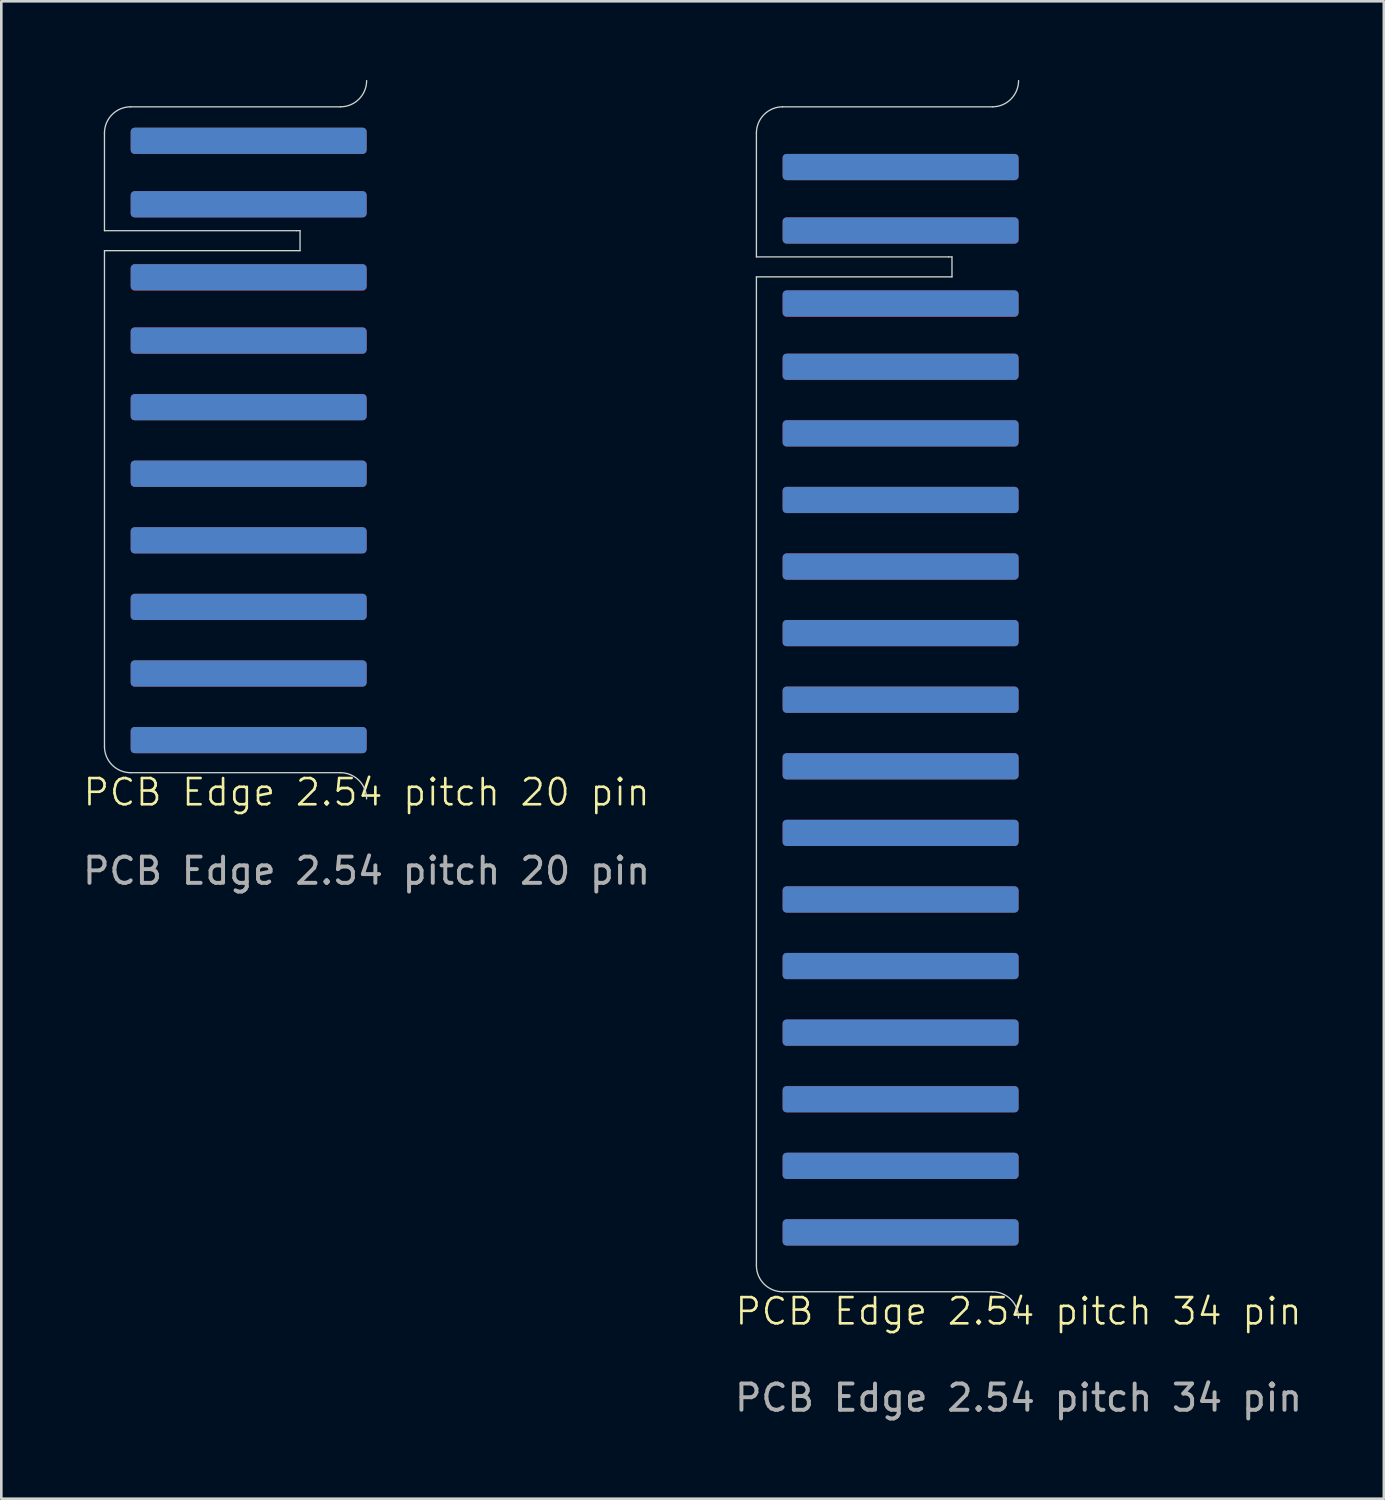
<source format=kicad_pcb>
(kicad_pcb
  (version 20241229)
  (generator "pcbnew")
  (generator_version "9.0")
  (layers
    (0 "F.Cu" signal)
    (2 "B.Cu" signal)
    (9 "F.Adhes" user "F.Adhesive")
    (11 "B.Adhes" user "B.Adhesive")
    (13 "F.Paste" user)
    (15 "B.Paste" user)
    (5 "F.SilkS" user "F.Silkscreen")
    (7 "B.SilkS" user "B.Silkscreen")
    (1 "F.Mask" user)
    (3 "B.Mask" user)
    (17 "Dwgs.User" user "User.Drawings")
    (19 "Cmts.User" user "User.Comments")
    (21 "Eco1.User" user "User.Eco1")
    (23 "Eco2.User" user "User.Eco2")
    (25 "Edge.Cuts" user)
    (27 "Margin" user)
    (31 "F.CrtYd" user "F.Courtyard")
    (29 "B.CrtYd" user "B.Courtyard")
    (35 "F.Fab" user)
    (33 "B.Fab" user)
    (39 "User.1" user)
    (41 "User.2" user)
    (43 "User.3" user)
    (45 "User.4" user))
  (footprint "PCB Edge 2.54 pitch 20 pin"
    (layer "F.Cu")
    (at 10.935 27.425)
    (property "Reference" "PCB Edge 2.54 pitch 20 pin" (at 0 -0.254 0) (unlocked yes) (layer "F.SilkS") (effects (font (size 1 1) (thickness 0.1))))
    (attr smd)
    (fp_rect (start -10 -26.4) (end -1 -1) (stroke (width 0.1) (type solid)) (fill yes) (layer "F.Mask"))
    (fp_rect (start -10 -26.5) (end -1 -1) (stroke (width 0.1) (type solid)) (fill yes) (layer "B.Mask"))
    (fp_line (start -10 -21.675) (end -2.667 -21.675) (stroke (width 0.05) (type default)) (layer "Edge.Cuts"))
    (fp_line (start -10 -20.913) (end -10 -2) (stroke (width 0.05) (type default)) (layer "Edge.Cuts"))
    (fp_line (start -10 -25.4) (end -10 -21.675) (stroke (width 0.05) (type default)) (layer "Edge.Cuts"))
    (fp_line (start -9 -1) (end -1 -1) (stroke (width 0.05) (type default)) (layer "Edge.Cuts"))
    (fp_line (start -2.667 -21.675) (end -2.54 -21.675) (stroke (width 0.05) (type default)) (layer "Edge.Cuts"))
    (fp_line (start -2.54 -21.675) (end -2.54 -20.913) (stroke (width 0.05) (type default)) (layer "Edge.Cuts"))
    (fp_line (start -2.54 -20.913) (end -10 -20.913) (stroke (width 0.05) (type default)) (layer "Edge.Cuts"))
    (fp_line (start -1 -26.4) (end -9 -26.4) (stroke (width 0.05) (type default)) (layer "Edge.Cuts"))
    (fp_arc (start -9.999999 -25.4) (mid -9.707106 -26.107107) (end -8.999999 -26.4) (stroke (width 0.05) (type default)) (layer "Edge.Cuts"))
    (fp_arc (start -9 -1.000002) (mid -9.707107 -1.292895) (end -10 -2.000002) (stroke (width 0.05) (type default)) (layer "Edge.Cuts"))
    (fp_arc (start -1 -1) (mid -0.292893 -0.707107) (end 0 0) (stroke (width 0.05) (type default)) (layer "Edge.Cuts"))
    (fp_arc (start -0.000001 -27.400003) (mid -0.292894 -26.692896) (end -1.000001 -26.400003) (stroke (width 0.05) (type default)) (layer "Edge.Cuts"))
    (fp_text user "${REFERENCE}" (at 0 2.746 0) (unlocked yes) (layer "F.Fab") (effects (font (size 1 1) (thickness 0.15))))
    (pad "1" connect roundrect (at -4.5 -25.104) (size 9 1) (layers "B.Cu" "B.Mask") (roundrect_rratio 0.15))
    (pad "2" connect roundrect (at -4.5 -25.102) (size 9 1) (layers "F.Cu" "F.Mask") (roundrect_rratio 0.15))
    (pad "3" connect roundrect (at -4.5 -22.683) (size 9 1) (layers "B.Cu" "B.Mask") (roundrect_rratio 0.15))
    (pad "4" connect roundrect (at -4.5 -22.683) (size 9 1) (layers "F.Cu" "F.Mask") (roundrect_rratio 0.15))
    (pad "5" connect roundrect (at -4.5 -19.9) (size 9 1) (layers "B.Cu" "B.Mask") (roundrect_rratio 0.15))
    (pad "6" connect roundrect (at -4.5 -19.889) (size 9 1) (layers "F.Cu" "F.Mask") (roundrect_rratio 0.15))
    (pad "7" connect roundrect (at -4.5 -17.484) (size 9 1) (layers "B.Cu" "B.Mask") (roundrect_rratio 0.15))
    (pad "8" connect roundrect (at -4.5 -17.484) (size 9 1) (layers "F.Cu" "F.Mask") (roundrect_rratio 0.15))
    (pad "9" connect roundrect (at -4.5 -14.944) (size 9 1) (layers "B.Cu" "B.Mask") (roundrect_rratio 0.15))
    (pad "10" connect roundrect (at -4.5 -14.944) (size 9 1) (layers "F.Cu" "F.Mask") (roundrect_rratio 0.15))
    (pad "11" connect roundrect (at -4.5 -12.404) (size 9 1) (layers "B.Cu" "B.Mask") (roundrect_rratio 0.15))
    (pad "12" connect roundrect (at -4.5 -12.404) (size 9 1) (layers "F.Cu" "F.Mask") (roundrect_rratio 0.15))
    (pad "13" connect roundrect (at -4.5 -9.864) (size 9 1) (layers "B.Cu" "B.Mask") (roundrect_rratio 0.15))
    (pad "14" connect roundrect (at -4.5 -9.864) (size 9 1) (layers "F.Cu" "F.Mask") (roundrect_rratio 0.15))
    (pad "15" connect roundrect (at -4.5 -7.324) (size 9 1) (layers "B.Cu" "B.Mask") (roundrect_rratio 0.15))
    (pad "16" connect roundrect (at -4.5 -7.324) (size 9 1) (layers "F.Cu" "F.Mask") (roundrect_rratio 0.15))
    (pad "17" connect roundrect (at -4.5 -4.784) (size 9 1) (layers "B.Cu" "B.Mask") (roundrect_rratio 0.15))
    (pad "18" connect roundrect (at -4.5 -4.784) (size 9 1) (layers "F.Cu" "F.Mask") (roundrect_rratio 0.15))
    (pad "19" connect roundrect (at -4.5 -2.244) (size 9 1) (layers "B.Cu" "B.Mask") (roundrect_rratio 0.15))
    (pad "20" connect roundrect (at -4.5 -2.244) (size 9 1) (layers "F.Cu" "F.Mask") (roundrect_rratio 0.15)))
  (footprint "PCB Edge 2.54 pitch 34 pin"
    (layer "F.Cu")
    (at 35.804 47.225)
    (property "Reference" "PCB Edge 2.54 pitch 34 pin" (at 0 -0.254 0) (unlocked yes) (layer "F.SilkS") (effects (font (size 1 1) (thickness 0.1))))
    (attr smd)
    (fp_rect (start -10 -46.2) (end -1 -1) (stroke (width 0.1) (type solid)) (fill yes) (layer "F.Mask"))
    (fp_rect (start -10 -46.2) (end -1 -1) (stroke (width 0.1) (type solid)) (fill yes) (layer "B.Mask"))
    (fp_line (start -10 -45.2) (end -10 -40.475) (stroke (width 0.05) (type default)) (layer "Edge.Cuts"))
    (fp_line (start -10 -40.475) (end -2.667 -40.475) (stroke (width 0.05) (type default)) (layer "Edge.Cuts"))
    (fp_line (start -10 -39.713) (end -10 -2) (stroke (width 0.05) (type default)) (layer "Edge.Cuts"))
    (fp_line (start -9 -1) (end -1 -1) (stroke (width 0.05) (type default)) (layer "Edge.Cuts"))
    (fp_line (start -2.667 -40.475) (end -2.54 -40.475) (stroke (width 0.05) (type default)) (layer "Edge.Cuts"))
    (fp_line (start -2.54 -40.475) (end -2.54 -39.713) (stroke (width 0.05) (type default)) (layer "Edge.Cuts"))
    (fp_line (start -2.54 -39.713) (end -10 -39.713) (stroke (width 0.05) (type default)) (layer "Edge.Cuts"))
    (fp_line (start -1 -46.2) (end -9 -46.2) (stroke (width 0.05) (type default)) (layer "Edge.Cuts"))
    (fp_arc (start -10 -45.2) (mid -9.707107 -45.907107) (end -9 -46.2) (stroke (width 0.05) (type default)) (layer "Edge.Cuts"))
    (fp_arc (start -9 -1) (mid -9.707107 -1.292893) (end -10 -2) (stroke (width 0.05) (type default)) (layer "Edge.Cuts"))
    (fp_arc (start -1 -1) (mid -0.292893 -0.707107) (end 0 0) (stroke (width 0.05) (type default)) (layer "Edge.Cuts"))
    (fp_arc (start 0 -47.2) (mid -0.292893 -46.492893) (end -1 -46.2) (stroke (width 0.05) (type default)) (layer "Edge.Cuts"))
    (fp_text user "${REFERENCE}" (at 0 3.046 0) (unlocked yes) (layer "F.Fab") (effects (font (size 1 1) (thickness 0.15))))
    (pad "1" connect roundrect (at -4.5 -43.904) (size 9 1) (layers "B.Cu" "B.Mask") (roundrect_rratio 0.15))
    (pad "2" connect roundrect (at -4.5 -43.902) (size 9 1) (layers "F.Cu" "F.Mask") (roundrect_rratio 0.15))
    (pad "3" connect roundrect (at -4.5 -41.483) (size 9 1) (layers "B.Cu" "B.Mask") (roundrect_rratio 0.15))
    (pad "4" connect roundrect (at -4.5 -41.483) (size 9 1) (layers "F.Cu" "F.Mask") (roundrect_rratio 0.15))
    (pad "5" connect roundrect (at -4.5 -38.7) (size 9 1) (layers "B.Cu" "B.Mask") (roundrect_rratio 0.15))
    (pad "6" connect roundrect (at -4.5 -38.689) (size 9 1) (layers "F.Cu" "F.Mask") (roundrect_rratio 0.15))
    (pad "7" connect roundrect (at -4.5 -36.284) (size 9 1) (layers "B.Cu" "B.Mask") (roundrect_rratio 0.15))
    (pad "8" connect roundrect (at -4.5 -36.284) (size 9 1) (layers "F.Cu" "F.Mask") (roundrect_rratio 0.15))
    (pad "9" connect roundrect (at -4.5 -33.744) (size 9 1) (layers "B.Cu" "B.Mask") (roundrect_rratio 0.15))
    (pad "10" connect roundrect (at -4.5 -33.744) (size 9 1) (layers "F.Cu" "F.Mask") (roundrect_rratio 0.15))
    (pad "11" connect roundrect (at -4.5 -31.204) (size 9 1) (layers "B.Cu" "B.Mask") (roundrect_rratio 0.15))
    (pad "12" connect roundrect (at -4.5 -31.204) (size 9 1) (layers "F.Cu" "F.Mask") (roundrect_rratio 0.15))
    (pad "13" connect roundrect (at -4.5 -28.664) (size 9 1) (layers "B.Cu" "B.Mask") (roundrect_rratio 0.15))
    (pad "14" connect roundrect (at -4.5 -28.664) (size 9 1) (layers "F.Cu" "F.Mask") (roundrect_rratio 0.15))
    (pad "15" connect roundrect (at -4.5 -26.124) (size 9 1) (layers "B.Cu" "B.Mask") (roundrect_rratio 0.15))
    (pad "16" connect roundrect (at -4.5 -26.124) (size 9 1) (layers "F.Cu" "F.Mask") (roundrect_rratio 0.15))
    (pad "17" connect roundrect (at -4.5 -23.584) (size 9 1) (layers "B.Cu" "B.Mask") (roundrect_rratio 0.15))
    (pad "18" connect roundrect (at -4.5 -23.584) (size 9 1) (layers "F.Cu" "F.Mask") (roundrect_rratio 0.15))
    (pad "19" connect roundrect (at -4.5 -21.044) (size 9 1) (layers "B.Cu" "B.Mask") (roundrect_rratio 0.15))
    (pad "20" connect roundrect (at -4.5 -21.044) (size 9 1) (layers "F.Cu" "F.Mask") (roundrect_rratio 0.15))
    (pad "21" connect roundrect (at -4.5 -18.504) (size 9 1) (layers "B.Cu" "B.Mask") (roundrect_rratio 0.15))
    (pad "22" connect roundrect (at -4.5 -18.504) (size 9 1) (layers "F.Cu" "F.Mask") (roundrect_rratio 0.15))
    (pad "23" connect roundrect (at -4.5 -15.964) (size 9 1) (layers "B.Cu" "B.Mask") (roundrect_rratio 0.15))
    (pad "24" connect roundrect (at -4.5 -15.964) (size 9 1) (layers "F.Cu" "F.Mask") (roundrect_rratio 0.15))
    (pad "25" connect roundrect (at -4.5 -13.424) (size 9 1) (layers "B.Cu" "B.Mask") (roundrect_rratio 0.15))
    (pad "26" connect roundrect (at -4.5 -13.424) (size 9 1) (layers "F.Cu" "F.Mask") (roundrect_rratio 0.15))
    (pad "27" connect roundrect (at -4.5 -10.884) (size 9 1) (layers "B.Cu" "B.Mask") (roundrect_rratio 0.15))
    (pad "28" connect roundrect (at -4.5 -10.884) (size 9 1) (layers "F.Cu" "F.Mask") (roundrect_rratio 0.15))
    (pad "29" connect roundrect (at -4.5 -8.344) (size 9 1) (layers "B.Cu" "B.Mask") (roundrect_rratio 0.15))
    (pad "30" connect roundrect (at -4.5 -8.344) (size 9 1) (layers "F.Cu" "F.Mask") (roundrect_rratio 0.15))
    (pad "31" connect roundrect (at -4.5 -5.802) (size 9 1) (layers "B.Cu" "B.Mask") (roundrect_rratio 0.15))
    (pad "32" connect roundrect (at -4.5 -5.802) (size 9 1) (layers "F.Cu" "F.Mask") (roundrect_rratio 0.15))
    (pad "33" connect roundrect (at -4.5 -3.264) (size 9 1) (layers "B.Cu" "B.Mask") (roundrect_rratio 0.15))
    (pad "34" connect roundrect (at -4.5 -3.264) (size 9 1) (layers "F.Cu" "F.Mask") (roundrect_rratio 0.15)))
  (gr_rect
    (start -3 -3)
    (end 49.738 54.119)
    (stroke (width 0.1) (type default))
    (fill no)
    (layer "Edge.Cuts")))
</source>
